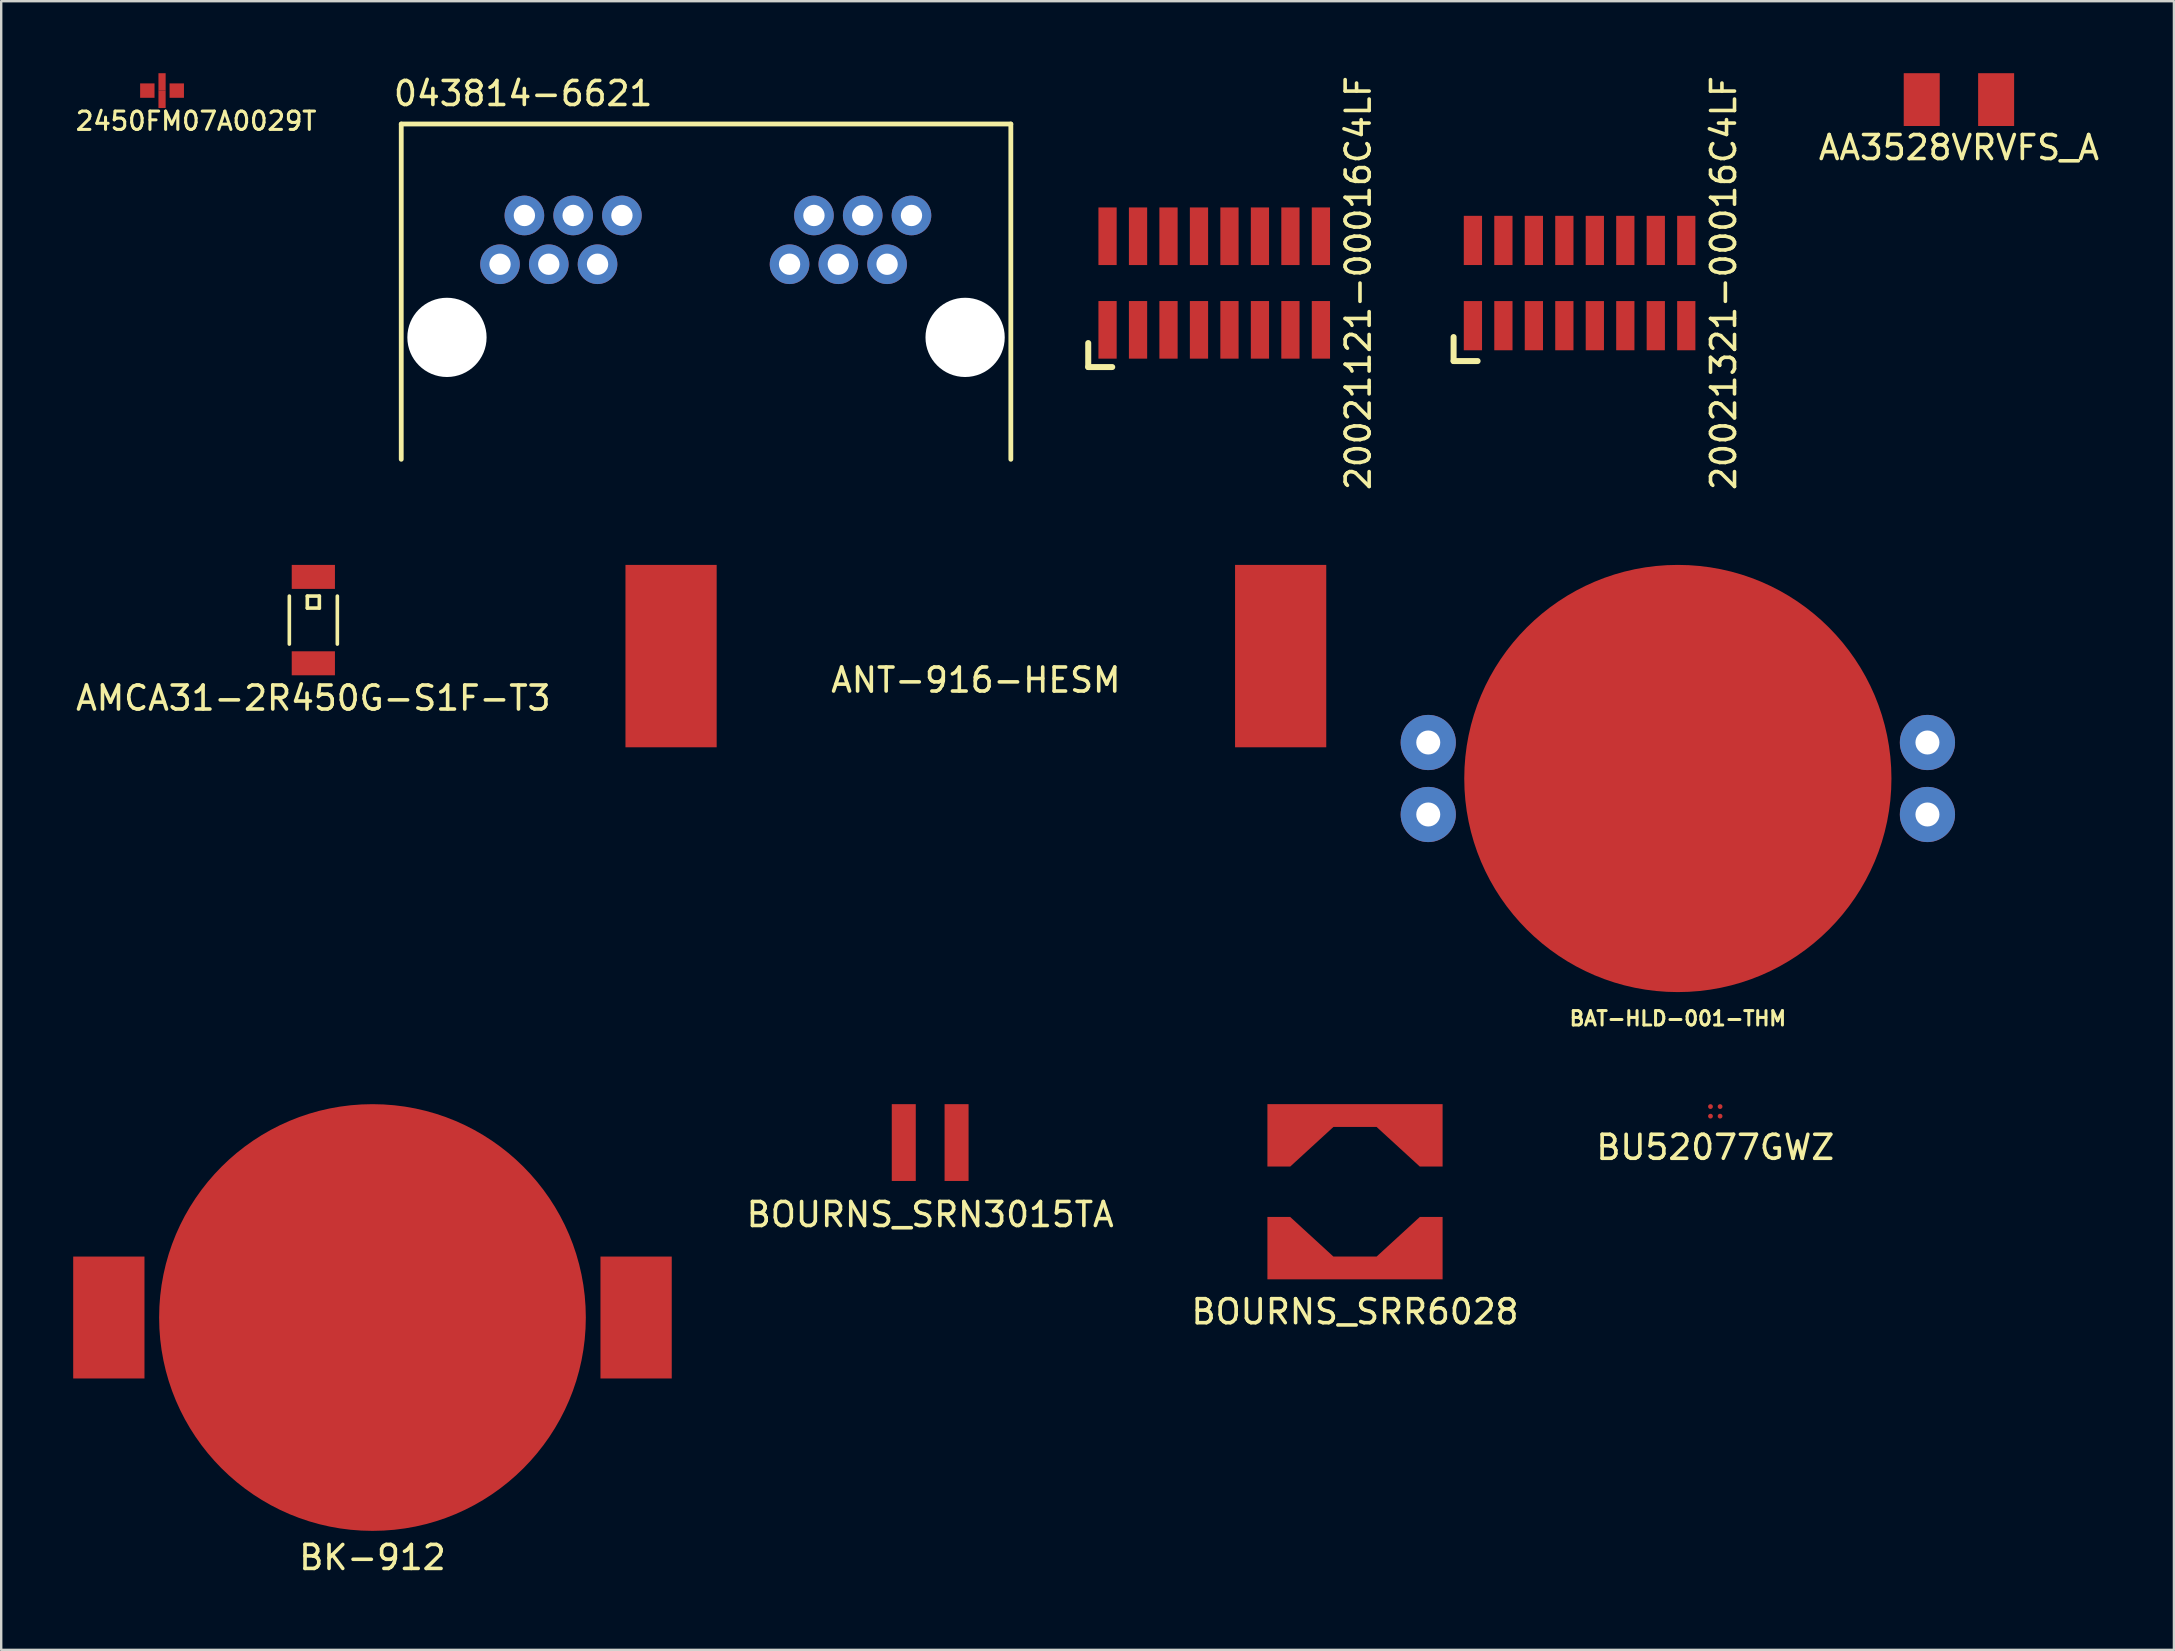
<source format=kicad_pcb>
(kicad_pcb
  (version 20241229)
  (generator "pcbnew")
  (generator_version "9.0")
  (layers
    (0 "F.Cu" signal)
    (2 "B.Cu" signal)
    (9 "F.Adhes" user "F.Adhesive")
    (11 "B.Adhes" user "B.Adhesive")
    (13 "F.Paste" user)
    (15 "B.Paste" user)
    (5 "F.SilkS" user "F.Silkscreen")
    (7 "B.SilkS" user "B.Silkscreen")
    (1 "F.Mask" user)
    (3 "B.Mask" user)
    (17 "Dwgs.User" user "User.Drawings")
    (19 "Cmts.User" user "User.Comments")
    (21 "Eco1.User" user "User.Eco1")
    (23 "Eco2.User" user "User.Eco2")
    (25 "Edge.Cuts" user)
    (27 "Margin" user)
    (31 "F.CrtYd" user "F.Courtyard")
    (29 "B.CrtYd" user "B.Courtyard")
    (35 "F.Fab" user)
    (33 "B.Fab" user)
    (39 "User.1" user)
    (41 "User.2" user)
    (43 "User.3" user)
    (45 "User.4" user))
  (footprint "BU52077GWZ"
    (layer "F.Cu")
    (at 68.422 43.258)
    (property "Reference" "BU52077GWZ" (at 0 1.5 0) (layer "F.SilkS") (effects (font (size 1 1) (thickness 0.15))))
    (attr through_hole)
    (pad "A1" smd circle (at -0.2 -0.2) (size 0.2 0.2) (layers "F.Cu" "F.Mask" "F.Paste"))
    (pad "A2" smd circle (at 0.2 -0.2) (size 0.2 0.2) (layers "F.Cu" "F.Mask" "F.Paste"))
    (pad "B1" smd circle (at -0.2 0.2) (size 0.2 0.2) (layers "F.Cu" "F.Mask" "F.Paste"))
    (pad "B2" smd circle (at 0.2 0.2) (size 0.2 0.2) (layers "F.Cu" "F.Mask" "F.Paste")))
  (footprint "BOURNS_SRN3015TA"
    (layer "F.Cu")
    (at 35.708 44.558)
    (property "Reference" "BOURNS_SRN3015TA" (at 0 3 0) (layer "F.SilkS") (effects (font (size 1 1) (thickness 0.15))))
    (attr through_hole)
    (pad "1" smd rect (at -1.1 0) (size 1 3.2) (layers "F.Cu" "F.Mask" "F.Paste"))
    (pad "2" smd rect (at 1.1 0) (size 1 3.2) (layers "F.Cu" "F.Mask" "F.Paste")))
  (footprint "BK-912"
    (layer "F.Cu")
    (at 12.47 51.848)
    (property "Reference" "BK-912" (at 0 10 0) (layer "F.SilkS") (effects (font (size 1 1) (thickness 0.15))))
    (attr through_hole)
    (pad "1" smd rect (at -10.985 0) (size 2.97 5.08) (layers "F.Cu" "F.Mask" "F.Paste"))
    (pad "1" smd rect (at 10.985 0) (size 2.97 5.08) (layers "F.Cu" "F.Mask" "F.Paste"))
    (pad "2" smd circle (at 0 0) (size 17.78 17.78) (layers "F.Cu" "F.Mask")))
  (footprint "BAT-HLD-001-THM"
    (layer "F.Cu")
    (at 66.862 29.388)
    (property "Reference" "BAT-HLD-001-THM" (at 0 10 0) (layer "F.SilkS") (effects (font (size 0.6 0.6) (thickness 0.125))))
    (attr through_hole)
    (pad "" smd rect (at -10.4 -1.5) (size 2.5 2.5) (layers "B.Paste"))
    (pad "" smd rect (at -10.4 1.5) (size 2.5 2.5) (layers "B.Paste"))
    (pad "" smd rect (at 10.4 -1.5) (size 2.5 2.5) (layers "B.Paste"))
    (pad "" smd rect (at 10.4 1.5) (size 2.5 2.5) (layers "B.Paste"))
    (pad "1" thru_hole circle (at -10.4 -1.5) (size 2.3 2.3) (drill 1) (layers "*.Cu" "*.Mask"))
    (pad "1" thru_hole circle (at -10.4 1.5) (size 2.3 2.3) (drill 1) (layers "*.Cu" "*.Mask"))
    (pad "1" thru_hole circle (at 10.4 -1.5) (size 2.3 2.3) (drill 1) (layers "*.Cu" "*.Mask"))
    (pad "1" thru_hole circle (at 10.4 1.5) (size 2.3 2.3) (drill 1) (layers "*.Cu" "*.Mask"))
    (pad "2" smd circle (at 0 0) (size 17.8 17.8) (layers "F.Cu" "F.Mask")))
  (footprint "BOURNS_SRR6028"
    (layer "F.Cu")
    (at 53.41 46.608)
    (property "Reference" "BOURNS_SRR6028" (at 0 5 0) (layer "F.SilkS") (effects (font (size 1 1) (thickness 0.15))))
    (attr through_hole)
    (pad "1" smd custom (at 0 -3.175) (size 7.3 0.95) (layers "F.Cu" "F.Mask" "F.Paste") (options (anchor rect)) (primitives (gr_poly (pts (xy -3.65 0.475) (xy -0.9 0.475) (xy -2.7 2.125) (xy -3.65 2.125)) (width 0) (fill yes)) (gr_poly (pts (xy 3.65 0.475) (xy 0.9 0.475) (xy 2.7 2.125) (xy 3.65 2.125)) (width 0) (fill yes))))
    (pad "2" smd custom (at 0 3.175 180) (size 7.3 0.95) (layers "F.Cu" "F.Mask" "F.Paste") (options (anchor rect)) (primitives (gr_poly (pts (xy -3.65 0.475) (xy -0.9 0.475) (xy -2.7 2.125) (xy -3.65 2.125)) (width 0) (fill yes)) (gr_poly (pts (xy 3.65 0.475) (xy 0.9 0.475) (xy 2.7 2.125) (xy 3.65 2.125)) (width 0) (fill yes)))))
  (footprint "ANT-916-HESM"
    (layer "F.Cu")
    (at 37.612 24.288)
    (property "Reference" "ANT-916-HESM" (at 0 1 0) (layer "F.SilkS") (effects (font (size 1 1) (thickness 0.15))))
    (attr through_hole)
    (pad "" smd rect (at 12.7 0) (size 3.8 7.6) (layers "F.Cu" "F.Mask" "F.Paste"))
    (pad "1" smd rect (at -12.7 0) (size 3.8 7.6) (layers "F.Cu" "F.Mask" "F.Paste")))
  (footprint "043814-6621"
    (layer "F.Cu")
    (at 26.369 11.008)
    (property "Reference" "043814-6621" (at -7.62 -10.16 0) (layer "F.SilkS") (effects (font (size 1 1) (thickness 0.15))))
    (attr through_hole)
    (fp_line (start -12.7 5.08) (end -12.7 -8.89) (stroke (width 0.2) (type solid)) (layer "F.SilkS"))
    (fp_line (start 12.7 -8.89) (end -12.7 -8.89) (stroke (width 0.2) (type solid)) (layer "F.SilkS"))
    (fp_line (start 12.7 5.08) (end 12.7 -8.89) (stroke (width 0.2) (type solid)) (layer "F.SilkS"))
    (pad "" np_thru_hole circle (at -10.795 0) (size 3.302 3.302) (drill 3.302) (layers "*.Cu" "*.Mask"))
    (pad "" np_thru_hole circle (at 10.795 0) (size 3.302 3.302) (drill 3.302) (layers "*.Cu" "*.Mask"))
    (pad "1" thru_hole circle (at -8.585 -3.048) (size 1.651 1.651) (drill 0.889) (layers "*.Cu" "*.Mask"))
    (pad "2" thru_hole circle (at -7.569 -5.08) (size 1.651 1.651) (drill 0.889) (layers "*.Cu" "*.Mask"))
    (pad "3" thru_hole circle (at -6.553 -3.048) (size 1.651 1.651) (drill 0.889) (layers "*.Cu" "*.Mask"))
    (pad "4" thru_hole circle (at -5.537 -5.08) (size 1.651 1.651) (drill 0.889) (layers "*.Cu" "*.Mask"))
    (pad "5" thru_hole circle (at -4.521 -3.048) (size 1.651 1.651) (drill 0.889) (layers "*.Cu" "*.Mask"))
    (pad "6" thru_hole circle (at -3.505 -5.08) (size 1.651 1.651) (drill 0.889) (layers "*.Cu" "*.Mask"))
    (pad "7" thru_hole circle (at 3.48 -3.048) (size 1.651 1.651) (drill 0.889) (layers "*.Cu" "*.Mask"))
    (pad "8" thru_hole circle (at 4.496 -5.08) (size 1.651 1.651) (drill 0.889) (layers "*.Cu" "*.Mask"))
    (pad "9" thru_hole circle (at 5.512 -3.048) (size 1.651 1.651) (drill 0.889) (layers "*.Cu" "*.Mask"))
    (pad "10" thru_hole circle (at 6.528 -5.08) (size 1.651 1.651) (drill 0.889) (layers "*.Cu" "*.Mask"))
    (pad "11" thru_hole circle (at 7.544 -3.048) (size 1.651 1.651) (drill 0.889) (layers "*.Cu" "*.Mask"))
    (pad "12" thru_hole circle (at 8.56 -5.08) (size 1.651 1.651) (drill 0.889) (layers "*.Cu" "*.Mask")))
  (footprint "AMCA31-2R450G-S1F-T3"
    (layer "F.Cu")
    (at 10.006 22.788)
    (property "Reference" "AMCA31-2R450G-S1F-T3" (at 0 3.25 0) (layer "F.SilkS") (effects (font (size 1 1) (thickness 0.15))))
    (attr through_hole)
    (fp_line (start -1 -1) (end -1 1) (stroke (width 0.15) (type solid)) (layer "F.SilkS"))
    (fp_line (start -0.25 -1) (end -0.25 -0.5) (stroke (width 0.15) (type solid)) (layer "F.SilkS"))
    (fp_line (start -0.25 -0.5) (end 0.25 -0.5) (stroke (width 0.15) (type solid)) (layer "F.SilkS"))
    (fp_line (start 0.25 -1) (end -0.25 -1) (stroke (width 0.15) (type solid)) (layer "F.SilkS"))
    (fp_line (start 0.25 -0.5) (end 0.25 -1) (stroke (width 0.15) (type solid)) (layer "F.SilkS"))
    (fp_line (start 1 -1) (end 1 1) (stroke (width 0.15) (type solid)) (layer "F.SilkS"))
    (pad "" smd rect (at 0 1.8) (size 1.8 1) (layers "F.Cu" "F.Mask" "F.Paste"))
    (pad "1" smd rect (at 0 -1.8) (size 1.8 1) (layers "F.Cu" "F.Mask" "F.Paste")))
  (footprint "20021121-00016C4LF"
    (layer "F.Cu")
    (at 47.544 8.744)
    (property "Reference" "20021121-00016C4LF" (at 6 0 90) (layer "F.SilkS") (effects (font (size 1 1) (thickness 0.15))))
    (attr through_hole)
    (fp_line (start -5.25 2.5) (end -5.25 3.5) (stroke (width 0.25) (type solid)) (layer "F.SilkS"))
    (fp_line (start -5.25 3.5) (end -4.25 3.5) (stroke (width 0.25) (type solid)) (layer "F.SilkS"))
    (pad "1" smd rect (at -4.445 1.95) (size 0.76 2.4) (layers "F.Cu" "F.Mask" "F.Paste"))
    (pad "2" smd rect (at -4.445 -1.95) (size 0.76 2.4) (layers "F.Cu" "F.Mask" "F.Paste"))
    (pad "3" smd rect (at -3.175 1.95) (size 0.76 2.4) (layers "F.Cu" "F.Mask" "F.Paste"))
    (pad "4" smd rect (at -3.175 -1.95) (size 0.76 2.4) (layers "F.Cu" "F.Mask" "F.Paste"))
    (pad "5" smd rect (at -1.905 1.95) (size 0.76 2.4) (layers "F.Cu" "F.Mask" "F.Paste"))
    (pad "6" smd rect (at -1.905 -1.95) (size 0.76 2.4) (layers "F.Cu" "F.Mask" "F.Paste"))
    (pad "7" smd rect (at -0.635 1.95) (size 0.76 2.4) (layers "F.Cu" "F.Mask" "F.Paste"))
    (pad "8" smd rect (at -0.635 -1.95) (size 0.76 2.4) (layers "F.Cu" "F.Mask" "F.Paste"))
    (pad "9" smd rect (at 0.635 1.95) (size 0.76 2.4) (layers "F.Cu" "F.Mask" "F.Paste"))
    (pad "10" smd rect (at 0.635 -1.95) (size 0.76 2.4) (layers "F.Cu" "F.Mask" "F.Paste"))
    (pad "11" smd rect (at 1.905 1.95) (size 0.76 2.4) (layers "F.Cu" "F.Mask" "F.Paste"))
    (pad "12" smd rect (at 1.905 -1.95) (size 0.76 2.4) (layers "F.Cu" "F.Mask" "F.Paste"))
    (pad "13" smd rect (at 3.175 1.95) (size 0.76 2.4) (layers "F.Cu" "F.Mask" "F.Paste"))
    (pad "14" smd rect (at 3.175 -1.95) (size 0.76 2.4) (layers "F.Cu" "F.Mask" "F.Paste"))
    (pad "15" smd rect (at 4.445 1.95) (size 0.76 2.4) (layers "F.Cu" "F.Mask" "F.Paste"))
    (pad "16" smd rect (at 4.445 -1.95) (size 0.76 2.4) (layers "F.Cu" "F.Mask" "F.Paste")))
  (footprint "20021321-00016C4LF"
    (layer "F.Cu")
    (at 62.768 8.744)
    (property "Reference" "20021321-00016C4LF" (at 6 0 90) (layer "F.SilkS") (effects (font (size 1 1) (thickness 0.15))))
    (attr through_hole)
    (fp_line (start -5.25 2.25) (end -5.25 3.25) (stroke (width 0.25) (type solid)) (layer "F.SilkS"))
    (fp_line (start -5.25 3.25) (end -4.25 3.25) (stroke (width 0.25) (type solid)) (layer "F.SilkS"))
    (pad "1" smd rect (at -4.445 1.776) (size 0.76 2.05) (layers "F.Cu" "F.Mask" "F.Paste"))
    (pad "2" smd rect (at -4.445 -1.776) (size 0.76 2.05) (layers "F.Cu" "F.Mask" "F.Paste"))
    (pad "3" smd rect (at -3.175 1.776) (size 0.76 2.05) (layers "F.Cu" "F.Mask" "F.Paste"))
    (pad "4" smd rect (at -3.175 -1.776) (size 0.76 2.05) (layers "F.Cu" "F.Mask" "F.Paste"))
    (pad "5" smd rect (at -1.905 1.776) (size 0.76 2.05) (layers "F.Cu" "F.Mask" "F.Paste"))
    (pad "6" smd rect (at -1.905 -1.776) (size 0.76 2.05) (layers "F.Cu" "F.Mask" "F.Paste"))
    (pad "7" smd rect (at -0.635 1.776) (size 0.76 2.05) (layers "F.Cu" "F.Mask" "F.Paste"))
    (pad "8" smd rect (at -0.635 -1.776) (size 0.76 2.05) (layers "F.Cu" "F.Mask" "F.Paste"))
    (pad "9" smd rect (at 0.635 1.776) (size 0.76 2.05) (layers "F.Cu" "F.Mask" "F.Paste"))
    (pad "10" smd rect (at 0.635 -1.776) (size 0.76 2.05) (layers "F.Cu" "F.Mask" "F.Paste"))
    (pad "11" smd rect (at 1.905 1.776) (size 0.76 2.05) (layers "F.Cu" "F.Mask" "F.Paste"))
    (pad "12" smd rect (at 1.905 -1.776) (size 0.76 2.05) (layers "F.Cu" "F.Mask" "F.Paste"))
    (pad "13" smd rect (at 3.175 1.776) (size 0.76 2.05) (layers "F.Cu" "F.Mask" "F.Paste"))
    (pad "14" smd rect (at 3.175 -1.776) (size 0.76 2.05) (layers "F.Cu" "F.Mask" "F.Paste"))
    (pad "15" smd rect (at 4.445 1.776) (size 0.76 2.05) (layers "F.Cu" "F.Mask" "F.Paste"))
    (pad "16" smd rect (at 4.445 -1.776) (size 0.76 2.05) (layers "F.Cu" "F.Mask" "F.Paste")))
  (footprint "2450FM07A0029T"
    (layer "F.Cu")
    (at 3.702 0.725)
    (property "Reference" "2450FM07A0029T" (at 1.419 1.27 0) (layer "F.SilkS") (effects (font (size 0.762 0.762) (thickness 0.127))))
    (attr through_hole)
    (pad "1" smd rect (at -0.613 0) (size 0.6 0.6) (layers "F.Cu" "F.Mask" "F.Paste"))
    (pad "2" smd rect (at 0 0.362) (size 0.3 0.725) (layers "F.Cu" "F.Mask" "F.Paste"))
    (pad "3" smd rect (at 0.613 0) (size 0.6 0.6) (layers "F.Cu" "F.Mask" "F.Paste"))
    (pad "4" smd rect (at 0 -0.362) (size 0.3 0.725) (layers "F.Cu" "F.Mask" "F.Paste")))
  (footprint "AA3528VRVFS_A"
    (layer "F.Cu")
    (at 78.574 1.1)
    (property "Reference" "AA3528VRVFS_A" (at 0 2 0) (layer "F.SilkS") (effects (font (size 1 1) (thickness 0.15))))
    (attr through_hole)
    (pad "1" smd rect (at -1.55 0) (size 1.5 2.2) (layers "F.Cu" "F.Mask" "F.Paste"))
    (pad "2" smd rect (at 1.55 0) (size 1.5 2.2) (layers "F.Cu" "F.Mask" "F.Paste")))
  (gr_rect
    (start -3 -3)
    (end 87.533 65.697)
    (stroke (width 0.1) (type default))
    (fill no)
    (layer "Edge.Cuts")))
</source>
